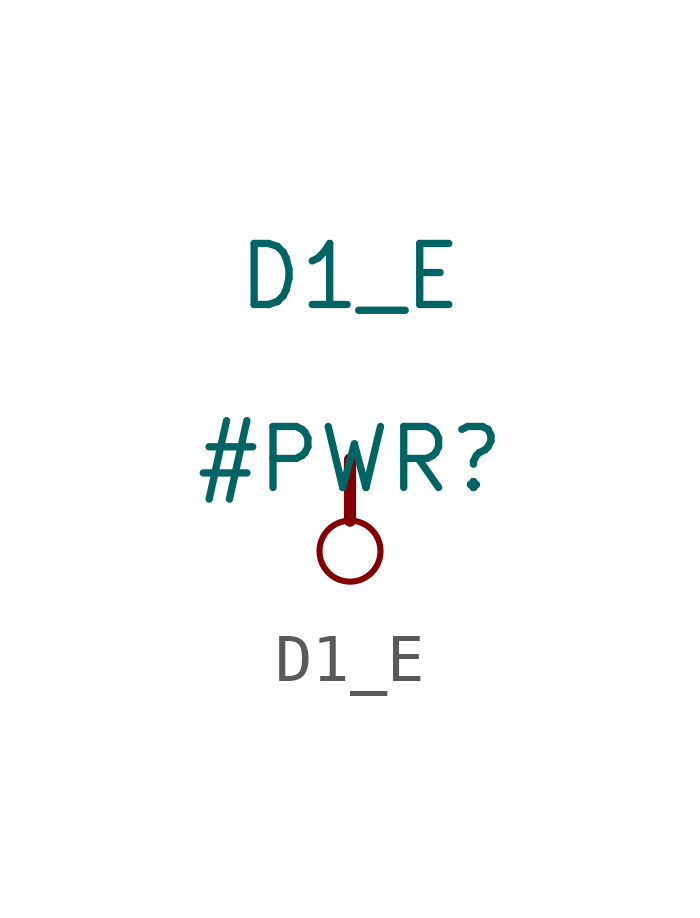
<source format=kicad_sym>
(kicad_symbol_lib
  (version 20211014)
  (generator kicad_symbol_editor)
  (symbol "D1_E"
    (power)
    (property "Reference" "#PWR"
      (at 0 0 0)
      (effects (font (size 1.27 1.27))))
    (property "Value" "D1_E"
      (at 0 3.81 0)
      (effects (font (size 1.27 1.27))))
    (symbol "D1_E_0_0"
      (circle (center 0 -1.905) (radius 0.635) (stroke (width 0.127) (type default) (color 0 0 0 0)) (fill (type none)))
      (polyline (pts (xy 0 0) (xy 0 -1.27)) (stroke (width 0.254) (type default) (color 0 0 0 0)) (fill (type none)))
      (pin power_in line (at 0 0 0) (length 0) hide (name "D1_E" (effects (font (size 1.27 1.27)))) (number "" (effects (font (size 1.27 1.27))))))))
</source>
